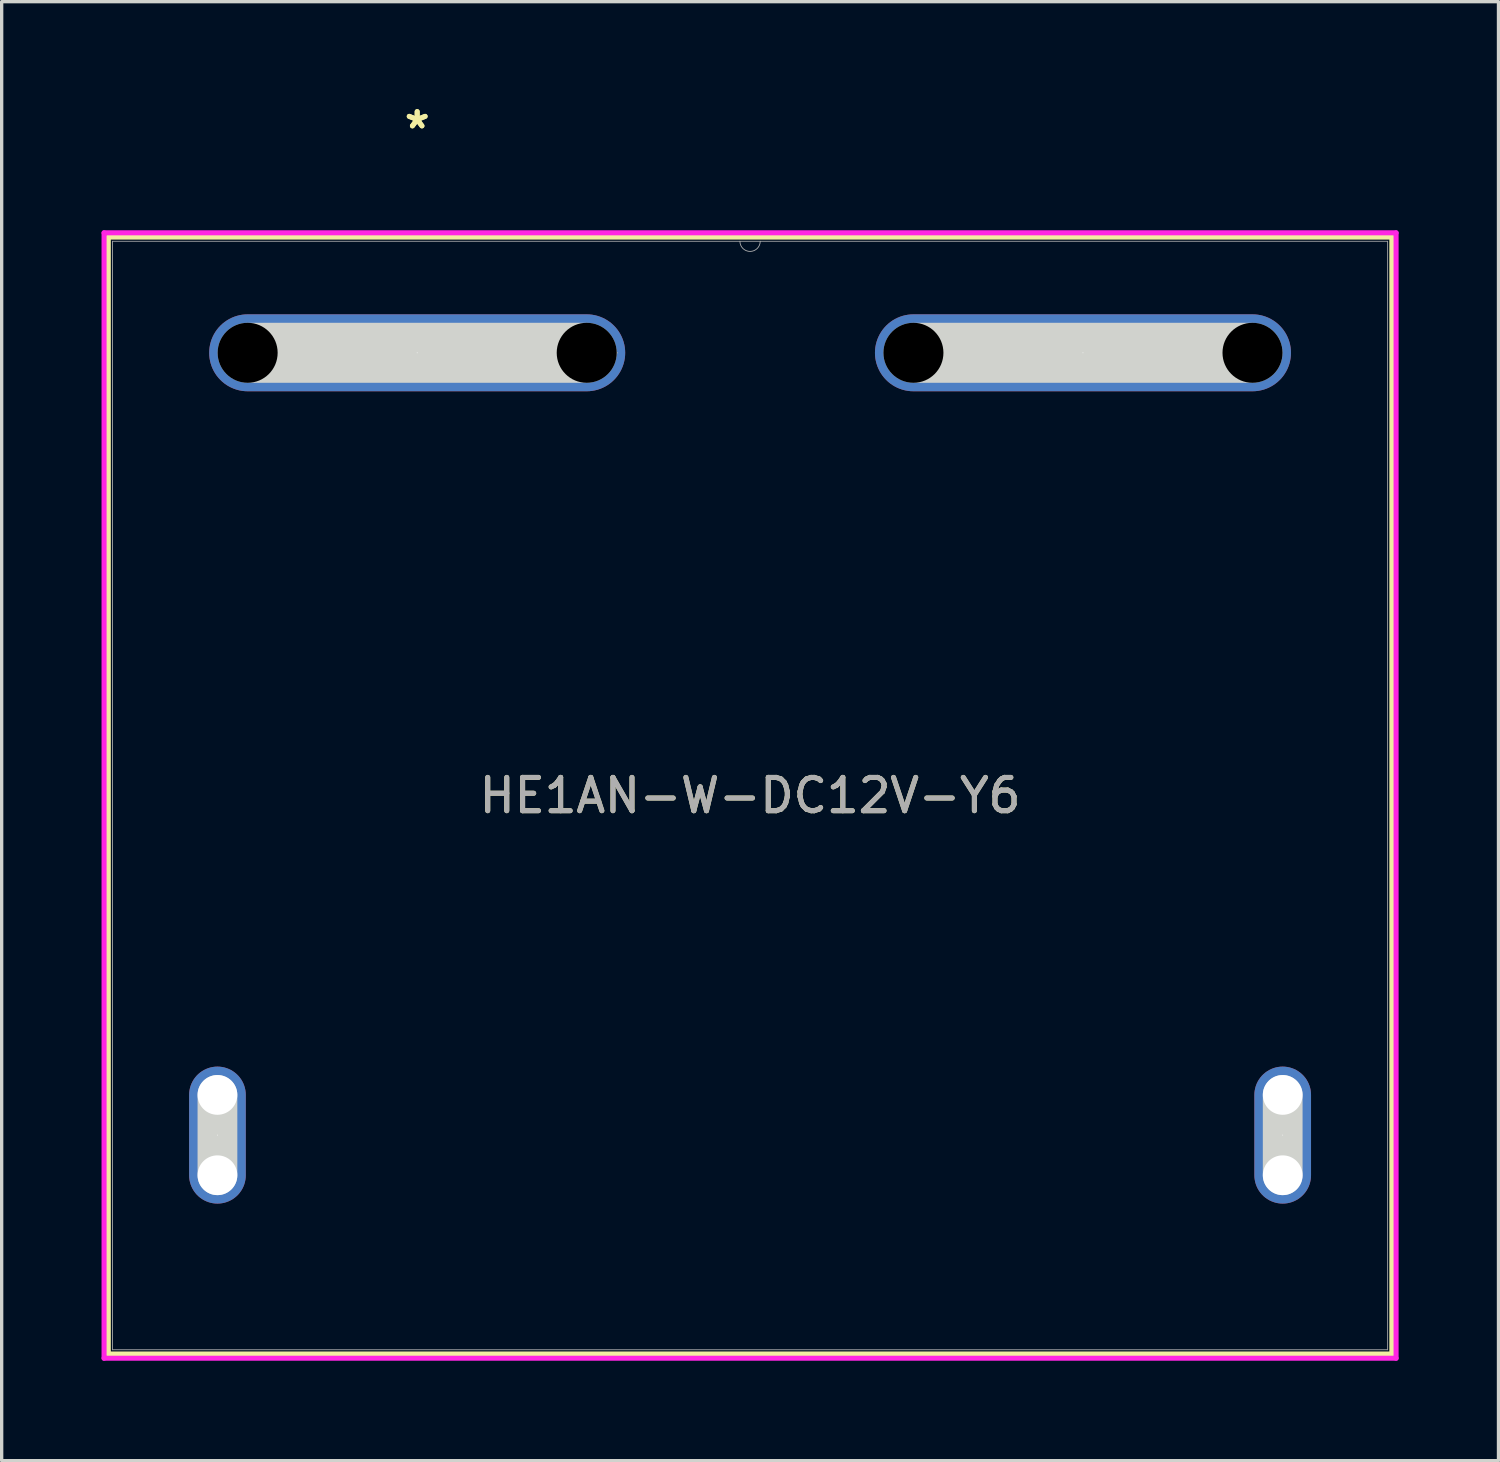
<source format=kicad_pcb>
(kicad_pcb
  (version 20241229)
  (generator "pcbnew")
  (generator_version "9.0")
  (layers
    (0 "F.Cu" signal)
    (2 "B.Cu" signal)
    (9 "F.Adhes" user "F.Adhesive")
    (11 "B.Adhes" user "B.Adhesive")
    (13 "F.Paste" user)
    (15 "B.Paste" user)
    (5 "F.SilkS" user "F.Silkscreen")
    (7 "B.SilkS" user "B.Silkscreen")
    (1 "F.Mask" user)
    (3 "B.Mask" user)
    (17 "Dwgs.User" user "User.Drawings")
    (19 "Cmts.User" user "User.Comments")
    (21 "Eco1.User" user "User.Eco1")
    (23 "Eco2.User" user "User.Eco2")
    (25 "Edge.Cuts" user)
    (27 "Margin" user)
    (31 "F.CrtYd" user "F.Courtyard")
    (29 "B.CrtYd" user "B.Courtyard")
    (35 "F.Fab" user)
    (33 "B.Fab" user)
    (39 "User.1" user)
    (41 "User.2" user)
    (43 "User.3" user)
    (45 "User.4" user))
  (footprint "HE1AN-W-DC12V-Y6"
    (layer "F.Cu")
    (at 9.482 7.548)
    (property "Reference" "HE1AN-W-DC12V-Y6" (at 10 13.3 0) (unlocked yes) (layer "F.SilkS") (effects (font (size 1 1) (thickness 0.15))))
    (attr through_hole)
    (fp_line (start -9.279 -3.477) (end -9.279 30.076) (stroke (width 0.152) (type solid)) (layer "F.SilkS"))
    (fp_line (start -9.279 30.076) (end 29.279 30.076) (stroke (width 0.152) (type solid)) (layer "F.SilkS"))
    (fp_line (start 29.279 -3.477) (end -9.279 -3.477) (stroke (width 0.152) (type solid)) (layer "F.SilkS"))
    (fp_line (start 29.279 30.076) (end 29.279 -3.477) (stroke (width 0.152) (type solid)) (layer "F.SilkS"))
    (fp_line (start -6 24.706) (end -6 22.293) (stroke (width 1.194) (type solid)) (layer "Edge.Cuts"))
    (fp_line (start -5.093 0) (end 5.093 0) (stroke (width 1.803) (type solid)) (layer "Edge.Cuts"))
    (fp_line (start 14.907 0) (end 25.093 0) (stroke (width 1.803) (type solid)) (layer "Edge.Cuts"))
    (fp_line (start 26 24.706) (end 26 22.293) (stroke (width 1.194) (type solid)) (layer "Edge.Cuts"))
    (fp_line (start -9.406 -3.604) (end 29.406 -3.604) (stroke (width 0.152) (type solid)) (layer "F.CrtYd"))
    (fp_line (start -9.406 30.203) (end -9.406 -3.604) (stroke (width 0.152) (type solid)) (layer "F.CrtYd"))
    (fp_line (start 29.406 -3.604) (end 29.406 30.203) (stroke (width 0.152) (type solid)) (layer "F.CrtYd"))
    (fp_line (start 29.406 30.203) (end -9.406 30.203) (stroke (width 0.152) (type solid)) (layer "F.CrtYd"))
    (fp_line (start -9.152 -3.35) (end -9.152 29.949) (stroke (width 0.025) (type solid)) (layer "F.Fab"))
    (fp_line (start -9.152 29.949) (end 29.152 29.949) (stroke (width 0.025) (type solid)) (layer "F.Fab"))
    (fp_line (start 29.152 -3.35) (end -9.152 -3.35) (stroke (width 0.025) (type solid)) (layer "F.Fab"))
    (fp_line (start 29.152 29.949) (end 29.152 -3.35) (stroke (width 0.025) (type solid)) (layer "F.Fab"))
    (fp_arc (start 10.3048 -3.35) (mid 10 -3.0452) (end 9.6952 -3.35) (stroke (width 0.0254) (type solid)) (layer "F.Fab"))
    (fp_circle (center 6 0) (end 6 0) (stroke (width 0.025) (type solid)) (fill no) (layer "F.Fab"))
    (fp_text user "*" (at 0 -6.7 0) (unlocked yes) (layer "F.SilkS") (effects (font (size 1 1) (thickness 0.15))))
    (fp_text user "*" (at 0 -6.7 0) (layer "F.SilkS") (effects (font (size 1 1) (thickness 0.15))))
    (fp_text user "*" (at 0 0 0) (layer "F.Fab") (effects (font (size 1 1) (thickness 0.15))))
    (fp_text user "*" (at 0 0 0) (unlocked yes) (layer "F.Fab") (effects (font (size 1 1) (thickness 0.15))))
    (fp_text user "${REFERENCE}" (at 10 13.3 0) (unlocked yes) (layer "F.Fab") (effects (font (size 1 1) (thickness 0.15))))
    (pad "" np_thru_hole circle (at -6 22.293) (size 1.194 1.194) (drill 1.194) (layers "*.Cu" "*.Mask"))
    (pad "" np_thru_hole circle (at -6 24.706) (size 1.194 1.194) (drill 1.194) (layers "*.Cu" "*.Mask"))
    (pad "" np_thru_hole circle (at -5.093 0) (size 1.803 1.803) (drill 1.803) (layers))
    (pad "" np_thru_hole circle (at 5.093 0) (size 1.803 1.803) (drill 1.803) (layers))
    (pad "" np_thru_hole circle (at 14.907 0) (size 1.803 1.803) (drill 1.803) (layers))
    (pad "" np_thru_hole circle (at 25.093 0) (size 1.803 1.803) (drill 1.803) (layers))
    (pad "" np_thru_hole circle (at 26 22.293) (size 1.194 1.194) (drill 1.194) (layers "*.Cu" "*.Mask"))
    (pad "" np_thru_hole circle (at 26 24.706) (size 1.194 1.194) (drill 1.194) (layers "*.Cu" "*.Mask"))
    (pad "1" thru_hole oval (at 0 0) (size 12.497 2.311) (drill 0.025) (layers "*.Cu" "*.Mask"))
    (pad "4" thru_hole oval (at 20 0) (size 12.497 2.311) (drill 0.025) (layers "*.Cu" "*.Mask"))
    (pad "5" thru_hole oval (at 26 23.5 90) (size 4.115 1.702) (drill 0.025) (layers "*.Cu" "*.Mask"))
    (pad "6" thru_hole oval (at -6 23.5 90) (size 4.115 1.702) (drill 0.025) (layers "*.Cu" "*.Mask")))
  (gr_rect
    (start -3 -3)
    (end 41.964 40.828)
    (stroke (width 0.1) (type default))
    (fill no)
    (layer "Edge.Cuts")))
</source>
